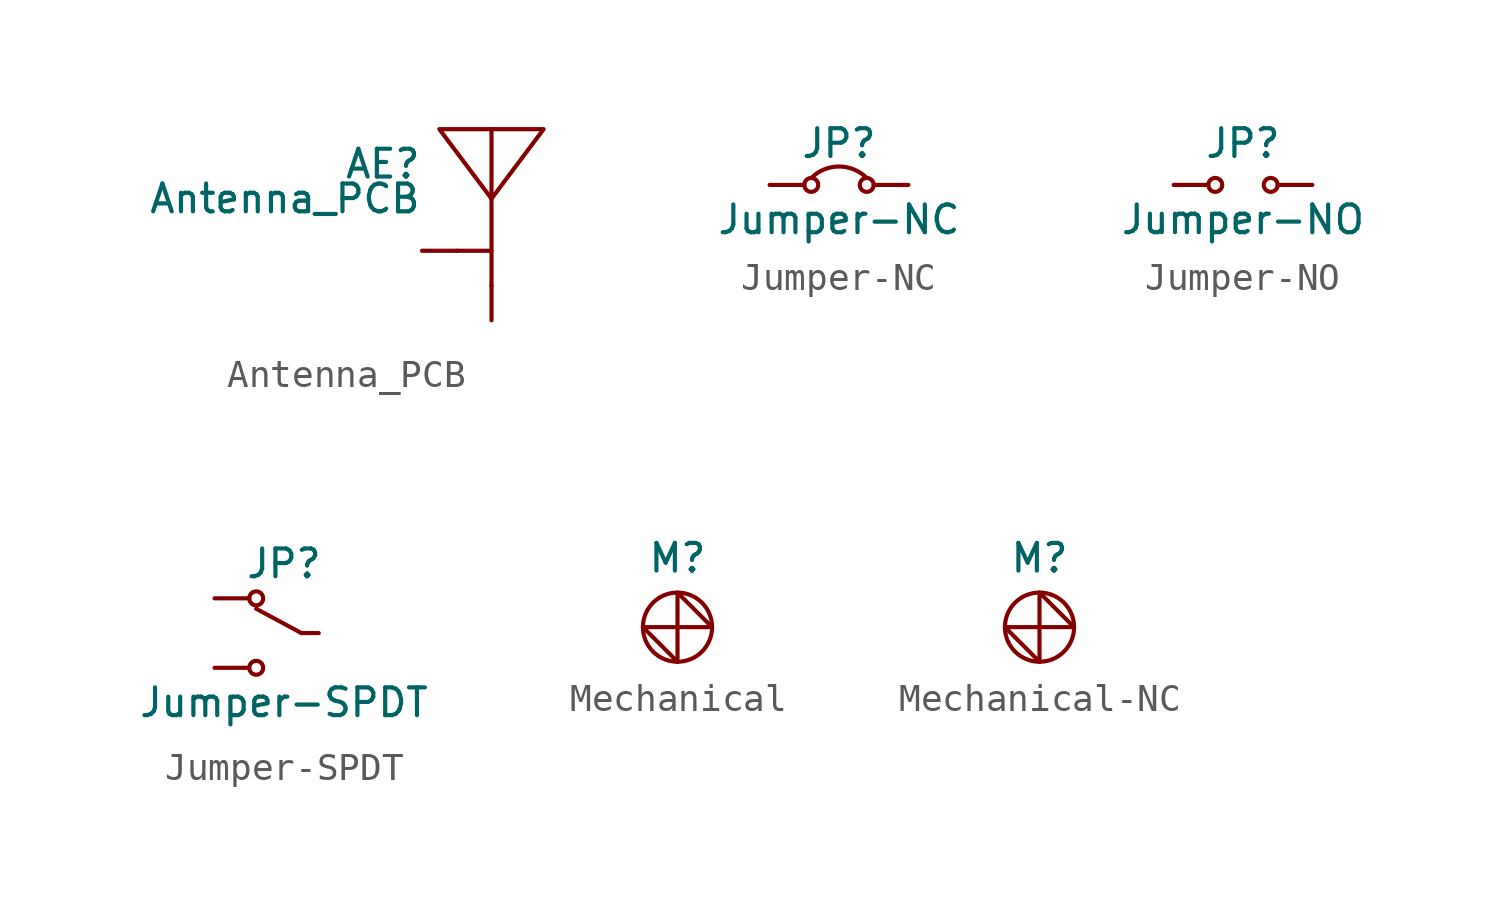
<source format=kicad_sym>
(kicad_symbol_lib
  (version 20211014)
  (generator kicad_symbol_editor)
  (symbol "Antenna_PCB"
    (pin_numbers hide)
    (pin_names
      (offset 1.016) hide)
    (property "Reference" "AE"
      (at -2.54 1.905 0)
      (effects (font (size 1.016 1.016)) (justify right)))
    (property "Value" "Antenna_PCB"
      (at -2.54 0.635 0)
      (effects (font (size 1.016 1.016)) (justify right)))
    (symbol "Antenna_PCB_0_1"
      (rectangle (start -1.27 -1.27) (end 0 -1.27) (stroke (width 0) (type default) (color 0 0 0 0)) (fill (type none)))
      (polyline (pts (xy 0 -2.54) (xy 0 3.175)) (stroke (width 0) (type default) (color 0 0 0 0)) (fill (type none)))
      (polyline (pts (xy -1.905 3.175) (xy 0 0.635) (xy 1.905 3.175) (xy -1.905 3.175)) (stroke (width 0) (type default) (color 0 0 0 0)) (fill (type none))))
    (symbol "Antenna_PCB_1_1"
      (pin passive line (at -2.54 -1.27 0) (length 1.27) (name "FEED" (effects (font (size 1.016 1.016)))) (number "1" (effects (font (size 1.016 1.016)))))
      (pin passive line (at 0 -3.81 90) (length 1.27) (name "GND" (effects (font (size 1.016 1.016)))) (number "2" (effects (font (size 1.016 1.016)))))))
  (symbol "Jumper-NC"
    (pin_numbers hide)
    (pin_names
      (offset 1.016) hide)
    (property "Reference" "JP"
      (at 0 1.524 0)
      (effects (font (size 1.016 1.016))))
    (property "Value" "Jumper-NC"
      (at 0 -1.27 0)
      (effects (font (size 1.016 1.016))))
    (symbol "Jumper-NC_0_1"
      (circle (center -1.016 0) (radius 0.254) (stroke (width 0) (type default) (color 0 0 0 0)) (fill (type none)))
      (circle (center 1.016 0) (radius 0.254) (stroke (width 0) (type default) (color 0 0 0 0)) (fill (type none)))
      (arc (start 1.016 0.254) (mid 0 0.6748) (end -1.016 0.254) (stroke (width 0) (type default) (color 0 0 0 0)) (fill (type none))))
    (symbol "Jumper-NC_1_1"
      (pin unspecified line (at -2.54 0 0) (length 1.27) (name "~" (effects (font (size 1.27 1.27)))) (number "1" (effects (font (size 1.27 1.27)))))
      (pin unspecified line (at 2.54 0 180) (length 1.27) (name "~" (effects (font (size 1.27 1.27)))) (number "2" (effects (font (size 1.27 1.27)))))))
  (symbol "Jumper-NO"
    (pin_numbers hide)
    (pin_names
      (offset 1.016) hide)
    (property "Reference" "JP"
      (at 0 1.524 0)
      (effects (font (size 1.016 1.016))))
    (property "Value" "Jumper-NO"
      (at 0 -1.27 0)
      (effects (font (size 1.016 1.016))))
    (symbol "Jumper-NO_0_1"
      (circle (center -1.016 0) (radius 0.254) (stroke (width 0) (type default) (color 0 0 0 0)) (fill (type none)))
      (circle (center 1.016 0) (radius 0.254) (stroke (width 0) (type default) (color 0 0 0 0)) (fill (type none))))
    (symbol "Jumper-NO_1_1"
      (pin unspecified line (at -2.54 0 0) (length 1.27) (name "~" (effects (font (size 1.27 1.27)))) (number "1" (effects (font (size 1.27 1.27)))))
      (pin unspecified line (at 2.54 0 180) (length 1.27) (name "~" (effects (font (size 1.27 1.27)))) (number "2" (effects (font (size 1.27 1.27)))))))
  (symbol "Jumper-SPDT"
    (pin_numbers hide)
    (pin_names
      (offset 1.016) hide)
    (property "Reference" "JP"
      (at 0 2.54 0)
      (effects (font (size 1.016 1.016))))
    (property "Value" "Jumper-SPDT"
      (at 0 -2.54 0)
      (effects (font (size 1.016 1.016))))
    (symbol "Jumper-SPDT_0_1"
      (circle (center -1.016 -1.27) (radius 0.254) (stroke (width 0) (type default) (color 0 0 0 0)) (fill (type none)))
      (circle (center -1.016 1.27) (radius 0.254) (stroke (width 0) (type default) (color 0 0 0 0)) (fill (type none)))
      (polyline (pts (xy 0.635 0) (xy -1.016 0.889)) (stroke (width 0) (type default) (color 0 0 0 0)) (fill (type none))))
    (symbol "Jumper-SPDT_1_1"
      (pin passive line (at -2.54 1.27 0) (length 1.27) (name "1" (effects (font (size 1.016 1.016)))) (number "1" (effects (font (size 1.016 1.016)))))
      (pin passive line (at 1.27 0 180) (length 0.635) (name "2" (effects (font (size 1.016 1.016)))) (number "2" (effects (font (size 1.016 1.016)))))
      (pin passive line (at -2.54 -1.27 0) (length 1.27) (name "3" (effects (font (size 1.016 1.016)))) (number "3" (effects (font (size 1.016 1.016)))))))
  (symbol "Mechanical"
    (pin_numbers hide)
    (pin_names
      (offset 1.016) hide)
    (property "Reference" "M"
      (at 0 2.54 0)
      (effects (font (size 1.016 1.016))))
    (symbol "Mechanical_0_1"
      (polyline (pts (xy -1.27 0) (xy 0 -1.27)) (stroke (width 0) (type default) (color 0 0 0 0)) (fill (type none)))
      (polyline (pts (xy 0 -1.27) (xy 0 -1.27)) (stroke (width 0) (type default) (color 0 0 0 0)) (fill (type none)))
      (polyline (pts (xy -1.27 0) (xy 1.27 0) (xy 0 1.27) (xy 0 -1.27)) (stroke (width 0) (type default) (color 0 0 0 0)) (fill (type none)))
      (circle (center 0 0) (radius 1.27) (stroke (width 0) (type default) (color 0 0 0 0)) (fill (type none))))
    (symbol "Mechanical_1_1"
      (pin passive line (at 0 0 0) (length 0) (name "M" (effects (font (size 1.016 1.016)))) (number "1" (effects (font (size 1.016 1.016)))))))
  (symbol "Mechanical-NC"
    (pin_numbers hide)
    (pin_names
      (offset 1.016) hide)
    (property "Reference" "M"
      (at 0 2.54 0)
      (effects (font (size 1.016 1.016))))
    (symbol "Mechanical-NC_0_1"
      (polyline (pts (xy -1.27 0) (xy 0 -1.27)) (stroke (width 0) (type default) (color 0 0 0 0)) (fill (type none)))
      (polyline (pts (xy 0 -1.27) (xy 0 -1.27)) (stroke (width 0) (type default) (color 0 0 0 0)) (fill (type none)))
      (polyline (pts (xy -1.27 0) (xy 1.27 0) (xy 0 1.27) (xy 0 -1.27)) (stroke (width 0) (type default) (color 0 0 0 0)) (fill (type none)))
      (circle (center 0 0) (radius 1.27) (stroke (width 0) (type default) (color 0 0 0 0)) (fill (type none))))))
</source>
